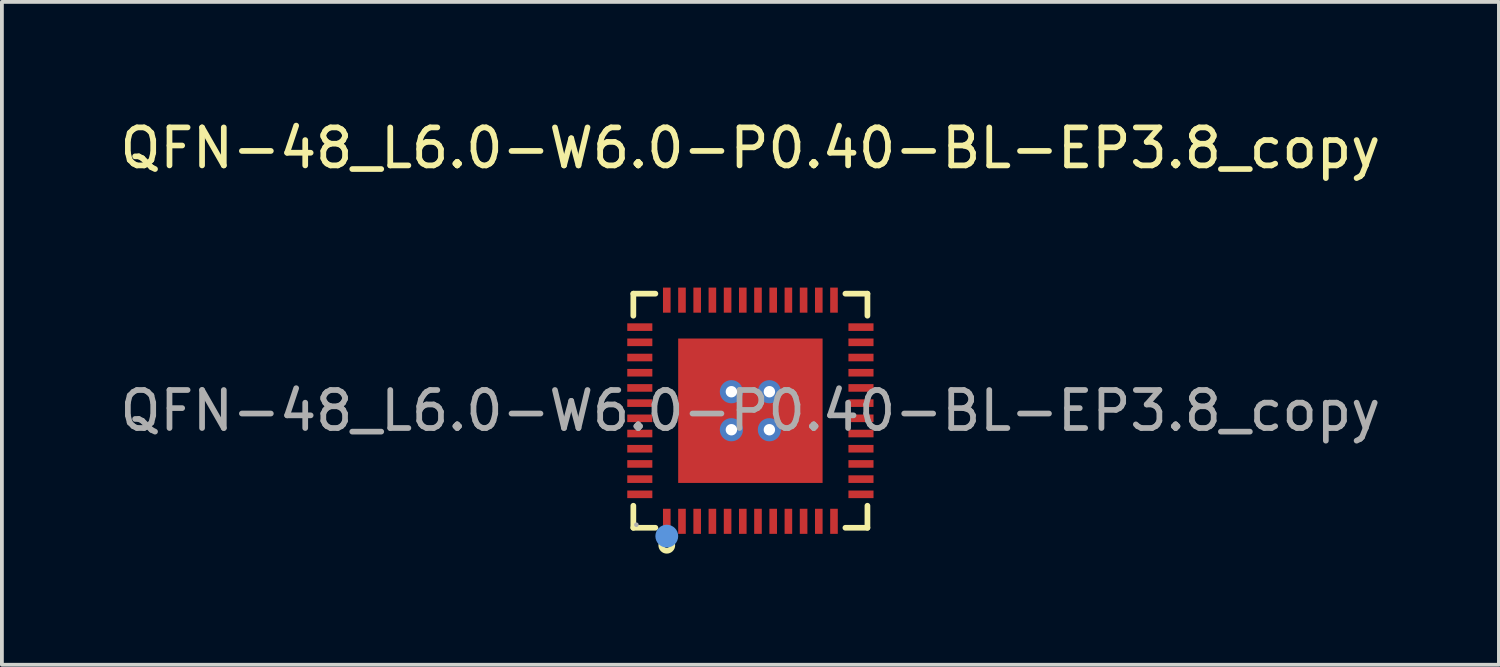
<source format=kicad_pcb>
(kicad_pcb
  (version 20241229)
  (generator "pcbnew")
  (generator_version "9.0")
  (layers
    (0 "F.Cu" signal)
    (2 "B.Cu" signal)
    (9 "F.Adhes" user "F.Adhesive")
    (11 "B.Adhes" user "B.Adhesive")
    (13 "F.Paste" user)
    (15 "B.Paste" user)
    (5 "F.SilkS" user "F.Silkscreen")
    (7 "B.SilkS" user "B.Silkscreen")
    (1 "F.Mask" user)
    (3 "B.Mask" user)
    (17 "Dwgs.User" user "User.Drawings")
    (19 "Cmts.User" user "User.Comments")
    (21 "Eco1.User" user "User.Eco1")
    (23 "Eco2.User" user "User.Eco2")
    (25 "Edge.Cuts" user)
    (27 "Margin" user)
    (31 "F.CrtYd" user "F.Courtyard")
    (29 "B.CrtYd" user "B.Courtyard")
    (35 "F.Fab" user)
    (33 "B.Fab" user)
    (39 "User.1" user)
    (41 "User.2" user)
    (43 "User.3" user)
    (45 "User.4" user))
  (footprint "QFN-48_L6.0-W6.0-P0.40-BL-EP3.8_copy"
    (layer "F.Cu")
    (at 16.696 7.758)
    (property "Reference" "QFN-48_L6.0-W6.0-P0.40-BL-EP3.8_copy" (at 0 -6.91 0) (layer "F.SilkS") (effects (font (size 1 1) (thickness 0.15))))
    (attr smd)
    (fp_line (start -3.08 -3.08) (end -2.5 -3.08) (stroke (width 0.15) (type solid)) (layer "F.SilkS"))
    (fp_line (start -3.08 -2.5) (end -3.08 -3.08) (stroke (width 0.15) (type solid)) (layer "F.SilkS"))
    (fp_line (start -3.08 2.5) (end -3.08 3.08) (stroke (width 0.15) (type solid)) (layer "F.SilkS"))
    (fp_line (start -3.08 3.08) (end -2.5 3.08) (stroke (width 0.15) (type solid)) (layer "F.SilkS"))
    (fp_line (start 3.08 -3.08) (end 2.5 -3.08) (stroke (width 0.15) (type solid)) (layer "F.SilkS"))
    (fp_line (start 3.08 -2.5) (end 3.08 -3.08) (stroke (width 0.15) (type solid)) (layer "F.SilkS"))
    (fp_line (start 3.08 2.5) (end 3.08 3.08) (stroke (width 0.15) (type solid)) (layer "F.SilkS"))
    (fp_line (start 3.08 3.08) (end 2.5 3.08) (stroke (width 0.15) (type solid)) (layer "F.SilkS"))
    (fp_circle (center -2.2 3.54) (end -2.13 3.54) (stroke (width 0.15) (type solid)) (fill no) (layer "F.SilkS"))
    (fp_circle (center -2.2 3.3) (end -2.05 3.3) (stroke (width 0.3) (type solid)) (fill no) (layer "Cmts.User"))
    (fp_circle (center -3 3) (end -2.97 3) (stroke (width 0.06) (type solid)) (fill no) (layer "F.Fab"))
    (fp_text user "${REFERENCE}" (at 0 0 0) (layer "F.Fab") (effects (font (size 1 1) (thickness 0.15))))
    (pad "" thru_hole circle (at -0.5 -0.5) (size 0.61 0.61) (drill 0.3) (layers "*.Cu" "*.Paste" "*.Mask"))
    (pad "" thru_hole circle (at -0.5 0.5) (size 0.61 0.61) (drill 0.3) (layers "*.Cu" "*.Paste" "*.Mask"))
    (pad "" thru_hole circle (at 0.5 -0.5) (size 0.61 0.61) (drill 0.3) (layers "*.Cu" "*.Paste" "*.Mask"))
    (pad "" thru_hole circle (at 0.5 0.5) (size 0.61 0.61) (drill 0.3) (layers "*.Cu" "*.Paste" "*.Mask"))
    (pad "1" smd rect (at -2.2 2.91) (size 0.2 0.66) (layers "F.Cu" "F.Mask" "F.Paste"))
    (pad "2" smd rect (at -1.8 2.91) (size 0.2 0.66) (layers "F.Cu" "F.Mask" "F.Paste"))
    (pad "3" smd rect (at -1.4 2.91) (size 0.2 0.66) (layers "F.Cu" "F.Mask" "F.Paste"))
    (pad "4" smd rect (at -1 2.91) (size 0.2 0.66) (layers "F.Cu" "F.Mask" "F.Paste"))
    (pad "5" smd rect (at -0.6 2.91) (size 0.2 0.66) (layers "F.Cu" "F.Mask" "F.Paste"))
    (pad "6" smd rect (at -0.2 2.91) (size 0.2 0.66) (layers "F.Cu" "F.Mask" "F.Paste"))
    (pad "7" smd rect (at 0.2 2.91) (size 0.2 0.66) (layers "F.Cu" "F.Mask" "F.Paste"))
    (pad "8" smd rect (at 0.6 2.91) (size 0.2 0.66) (layers "F.Cu" "F.Mask" "F.Paste"))
    (pad "9" smd rect (at 1 2.91) (size 0.2 0.66) (layers "F.Cu" "F.Mask" "F.Paste"))
    (pad "10" smd rect (at 1.4 2.91) (size 0.2 0.66) (layers "F.Cu" "F.Mask" "F.Paste"))
    (pad "11" smd rect (at 1.8 2.91) (size 0.2 0.66) (layers "F.Cu" "F.Mask" "F.Paste"))
    (pad "12" smd rect (at 2.2 2.91) (size 0.2 0.66) (layers "F.Cu" "F.Mask" "F.Paste"))
    (pad "13" smd rect (at 2.91 2.2) (size 0.66 0.2) (layers "F.Cu" "F.Mask" "F.Paste"))
    (pad "14" smd rect (at 2.91 1.8) (size 0.66 0.2) (layers "F.Cu" "F.Mask" "F.Paste"))
    (pad "15" smd rect (at 2.91 1.4) (size 0.66 0.2) (layers "F.Cu" "F.Mask" "F.Paste"))
    (pad "16" smd rect (at 2.91 1) (size 0.66 0.2) (layers "F.Cu" "F.Mask" "F.Paste"))
    (pad "17" smd rect (at 2.91 0.6) (size 0.66 0.2) (layers "F.Cu" "F.Mask" "F.Paste"))
    (pad "18" smd rect (at 2.91 0.2) (size 0.66 0.2) (layers "F.Cu" "F.Mask" "F.Paste"))
    (pad "19" smd rect (at 2.91 -0.2) (size 0.66 0.2) (layers "F.Cu" "F.Mask" "F.Paste"))
    (pad "20" smd rect (at 2.91 -0.6) (size 0.66 0.2) (layers "F.Cu" "F.Mask" "F.Paste"))
    (pad "21" smd rect (at 2.91 -1) (size 0.66 0.2) (layers "F.Cu" "F.Mask" "F.Paste"))
    (pad "22" smd rect (at 2.91 -1.4) (size 0.66 0.2) (layers "F.Cu" "F.Mask" "F.Paste"))
    (pad "23" smd rect (at 2.91 -1.8) (size 0.66 0.2) (layers "F.Cu" "F.Mask" "F.Paste"))
    (pad "24" smd rect (at 2.91 -2.2) (size 0.66 0.2) (layers "F.Cu" "F.Mask" "F.Paste"))
    (pad "25" smd rect (at 2.2 -2.91) (size 0.2 0.66) (layers "F.Cu" "F.Mask" "F.Paste"))
    (pad "26" smd rect (at 1.8 -2.91) (size 0.2 0.66) (layers "F.Cu" "F.Mask" "F.Paste"))
    (pad "27" smd rect (at 1.4 -2.91) (size 0.2 0.66) (layers "F.Cu" "F.Mask" "F.Paste"))
    (pad "28" smd rect (at 1 -2.91) (size 0.2 0.66) (layers "F.Cu" "F.Mask" "F.Paste"))
    (pad "29" smd rect (at 0.6 -2.91) (size 0.2 0.66) (layers "F.Cu" "F.Mask" "F.Paste"))
    (pad "30" smd rect (at 0.2 -2.91) (size 0.2 0.66) (layers "F.Cu" "F.Mask" "F.Paste"))
    (pad "31" smd rect (at -0.2 -2.91) (size 0.2 0.66) (layers "F.Cu" "F.Mask" "F.Paste"))
    (pad "32" smd rect (at -0.6 -2.91) (size 0.2 0.66) (layers "F.Cu" "F.Mask" "F.Paste"))
    (pad "33" smd rect (at -1 -2.91) (size 0.2 0.66) (layers "F.Cu" "F.Mask" "F.Paste"))
    (pad "34" smd rect (at -1.4 -2.91) (size 0.2 0.66) (layers "F.Cu" "F.Mask" "F.Paste"))
    (pad "35" smd rect (at -1.8 -2.91) (size 0.2 0.66) (layers "F.Cu" "F.Mask" "F.Paste"))
    (pad "36" smd rect (at -2.2 -2.91) (size 0.2 0.66) (layers "F.Cu" "F.Mask" "F.Paste"))
    (pad "37" smd rect (at -2.91 -2.2) (size 0.66 0.2) (layers "F.Cu" "F.Mask" "F.Paste"))
    (pad "38" smd rect (at -2.91 -1.8) (size 0.66 0.2) (layers "F.Cu" "F.Mask" "F.Paste"))
    (pad "39" smd rect (at -2.91 -1.4) (size 0.66 0.2) (layers "F.Cu" "F.Mask" "F.Paste"))
    (pad "40" smd rect (at -2.91 -1) (size 0.66 0.2) (layers "F.Cu" "F.Mask" "F.Paste"))
    (pad "41" smd rect (at -2.91 -0.6) (size 0.66 0.2) (layers "F.Cu" "F.Mask" "F.Paste"))
    (pad "42" smd rect (at -2.91 -0.2) (size 0.66 0.2) (layers "F.Cu" "F.Mask" "F.Paste"))
    (pad "43" smd rect (at -2.91 0.2) (size 0.66 0.2) (layers "F.Cu" "F.Mask" "F.Paste"))
    (pad "44" smd rect (at -2.91 0.6) (size 0.66 0.2) (layers "F.Cu" "F.Mask" "F.Paste"))
    (pad "45" smd rect (at -2.91 1) (size 0.66 0.2) (layers "F.Cu" "F.Mask" "F.Paste"))
    (pad "46" smd rect (at -2.91 1.4) (size 0.66 0.2) (layers "F.Cu" "F.Mask" "F.Paste"))
    (pad "47" smd rect (at -2.91 1.8) (size 0.66 0.2) (layers "F.Cu" "F.Mask" "F.Paste"))
    (pad "48" smd rect (at -2.91 2.2) (size 0.66 0.2) (layers "F.Cu" "F.Mask" "F.Paste"))
    (pad "49" smd rect (at 0 0) (size 3.8 3.8) (layers "F.Cu" "F.Mask" "F.Paste")))
  (gr_rect
    (start -3 -3)
    (end 36.393 14.443)
    (stroke (width 0.1) (type default))
    (fill no)
    (layer "Edge.Cuts")))
</source>
